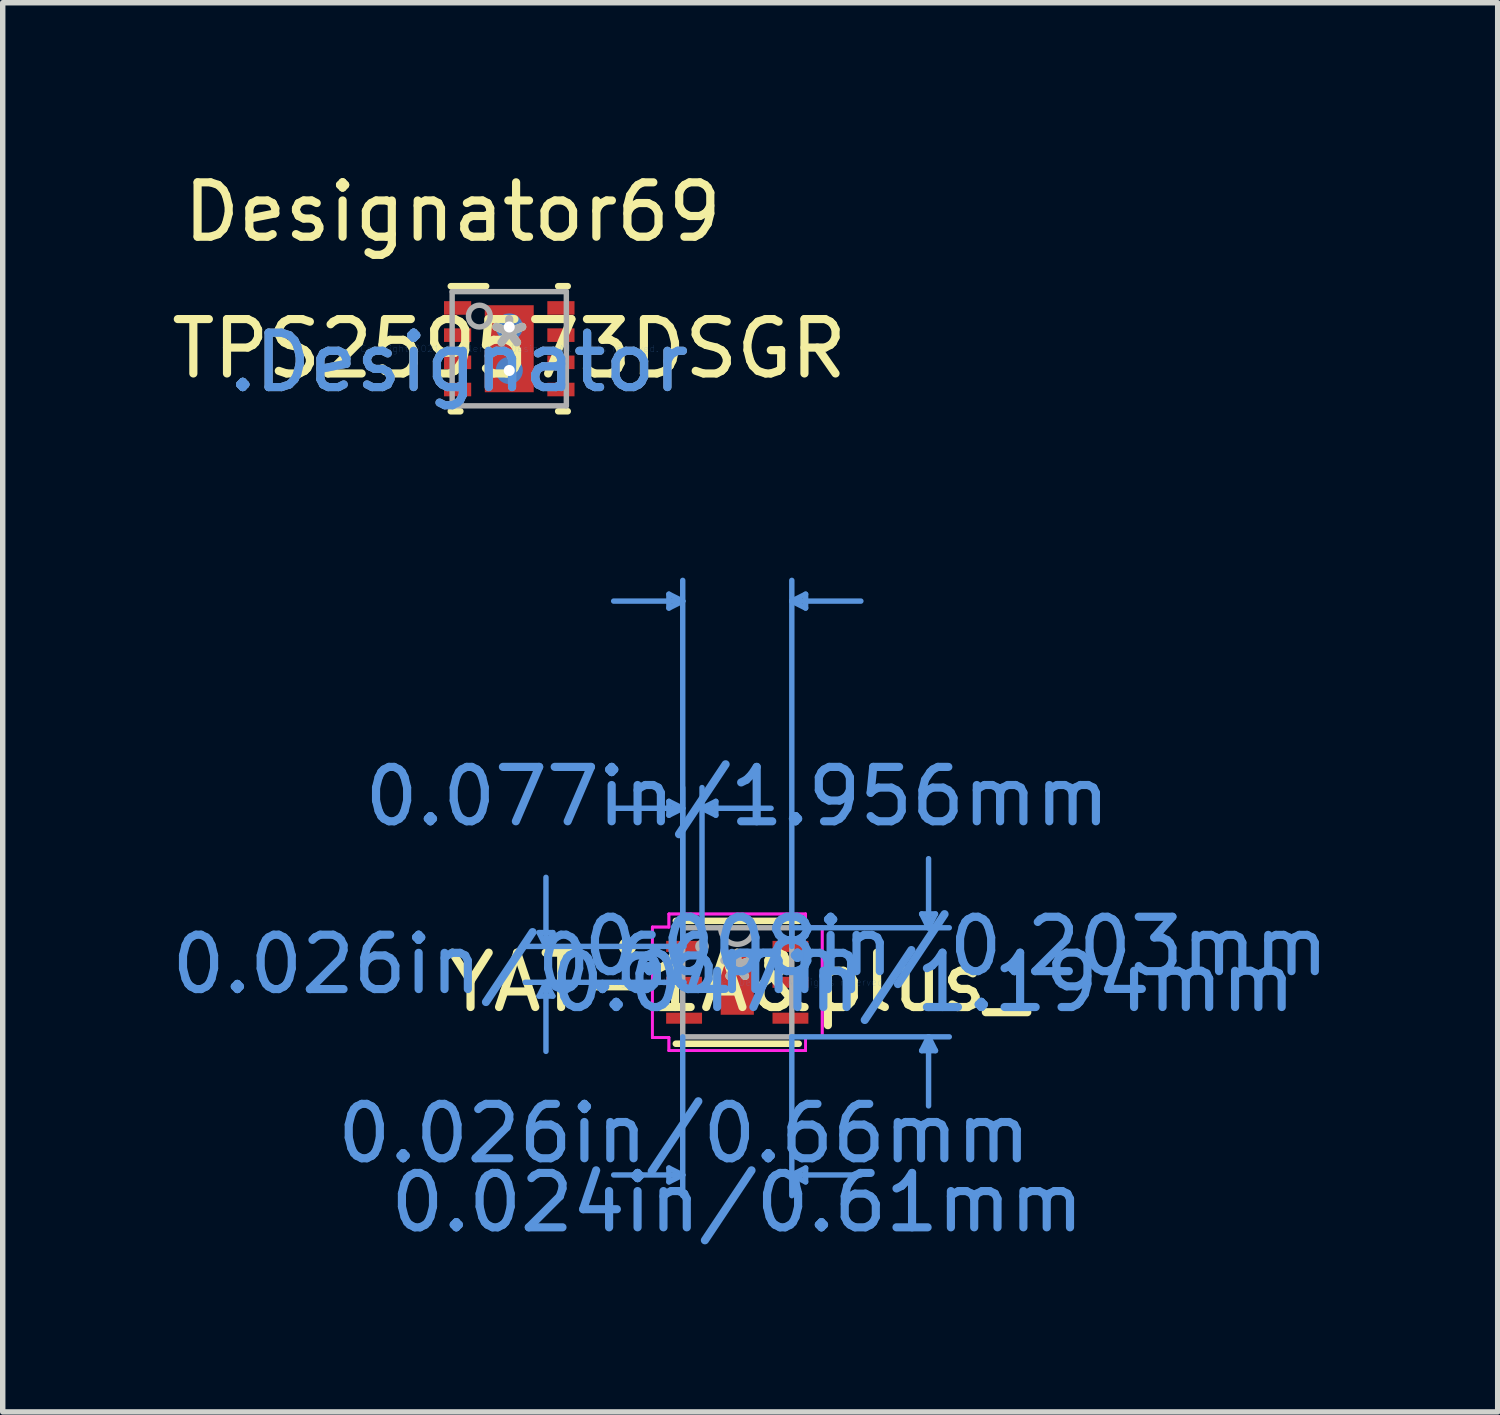
<source format=kicad_pcb>
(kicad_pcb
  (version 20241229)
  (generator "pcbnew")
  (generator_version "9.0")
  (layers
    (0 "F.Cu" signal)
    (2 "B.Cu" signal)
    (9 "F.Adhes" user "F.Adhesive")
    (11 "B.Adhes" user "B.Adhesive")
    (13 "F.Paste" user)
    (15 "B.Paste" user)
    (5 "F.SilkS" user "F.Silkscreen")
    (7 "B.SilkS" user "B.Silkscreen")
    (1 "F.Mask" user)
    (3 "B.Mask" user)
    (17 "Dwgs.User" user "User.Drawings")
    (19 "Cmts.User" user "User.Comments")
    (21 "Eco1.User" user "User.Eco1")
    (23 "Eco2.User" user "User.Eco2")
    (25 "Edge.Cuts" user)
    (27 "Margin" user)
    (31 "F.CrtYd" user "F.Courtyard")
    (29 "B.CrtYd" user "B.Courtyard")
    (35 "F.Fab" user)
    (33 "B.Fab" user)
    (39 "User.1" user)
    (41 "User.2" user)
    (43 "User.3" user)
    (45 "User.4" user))
  (footprint "TPS259573DSGR"
    (layer "F.Cu")
    (at 6.315 3.363)
    (property "Reference" "TPS259573DSGR" (at 0 0 0) (layer "F.SilkS") (effects (font (size 1 1) (thickness 0.15))))
    (attr through_hole)
    (fp_line (start -1.075 -1.15) (end -0.425 -1.15) (stroke (width 0.12) (type solid)) (layer "F.SilkS"))
    (fp_line (start -1.075 1.15) (end -0.9 1.15) (stroke (width 0.12) (type solid)) (layer "F.SilkS"))
    (fp_line (start 0.9 -1.15) (end 1.075 -1.15) (stroke (width 0.12) (type solid)) (layer "F.SilkS"))
    (fp_line (start 0.9 1.15) (end 1.075 1.15) (stroke (width 0.12) (type solid)) (layer "F.SilkS"))
    (fp_poly (pts (xy -0.427 0.733) (xy 0.427 0.733) (xy 0.427 -0.733) (xy -0.427 -0.733)) (stroke (width 0.1) (type solid)) (fill yes) (layer "F.Paste"))
    (fp_line (start -1.05 -1.05) (end 1.05 -1.05) (stroke (width 0.1) (type solid)) (layer "F.Fab"))
    (fp_line (start -1.05 1.05) (end -1.05 -1.05) (stroke (width 0.1) (type solid)) (layer "F.Fab"))
    (fp_line (start -1.05 1.05) (end 1.05 1.05) (stroke (width 0.1) (type solid)) (layer "F.Fab"))
    (fp_line (start 1.05 1.05) (end 1.05 -1.05) (stroke (width 0.1) (type solid)) (layer "F.Fab"))
    (fp_circle (center -0.55 -0.6) (end -0.35 -0.6) (stroke (width 0.1) (type solid)) (fill no) (layer "F.Fab"))
    (fp_text user "*" (at 0 0 0) (layer "F.SilkS") (effects (font (size 1 1) (thickness 0.15))))
    (fp_text user "Designator69" (at -1.041 -2.515 0) (layer "F.SilkS") (effects (font (size 1 1) (thickness 0.15))))
    (fp_text user ".Designator" (at -0.925 0.25 0) (layer "Cmts.User") (effects (font (size 1 1) (thickness 0.15))))
    (fp_text user "Copyright 2021 Accelerated Designs. All rights reserved." (at 0 0 0) (layer "Cmts.User") (effects (font (size 0.127 0.127) (thickness 0.002))))
    (fp_text user "*" (at 0 0 0) (layer "F.Fab") (effects (font (size 1 1) (thickness 0.15))))
    (fp_text user ".Designator" (at -0.925 0.25 0) (layer "F.Fab") (effects (font (size 1 1) (thickness 0.15))))
    (pad "1" smd rect (at -0.95 -0.75 90) (size 0.25 0.5) (layers "F.Cu" "F.Mask" "F.Paste"))
    (pad "2" smd rect (at -0.95 -0.25 90) (size 0.25 0.5) (layers "F.Cu" "F.Mask" "F.Paste"))
    (pad "3" smd rect (at -0.95 0.25 90) (size 0.25 0.5) (layers "F.Cu" "F.Mask" "F.Paste"))
    (pad "4" smd rect (at -0.95 0.75 90) (size 0.25 0.5) (layers "F.Cu" "F.Mask" "F.Paste"))
    (pad "5" smd rect (at 0.95 0.75 90) (size 0.25 0.5) (layers "F.Cu" "F.Mask" "F.Paste"))
    (pad "6" smd rect (at 0.95 0.25 90) (size 0.25 0.5) (layers "F.Cu" "F.Mask" "F.Paste"))
    (pad "7" smd rect (at 0.95 -0.25 90) (size 0.25 0.5) (layers "F.Cu" "F.Mask" "F.Paste"))
    (pad "8" smd rect (at 0.95 -0.75 90) (size 0.25 0.5) (layers "F.Cu" "F.Mask" "F.Paste"))
    (pad "9" smd rect (at 0 -0.000003) (size 0.9 1.6) (layers "F.Cu" "F.Mask" "F.Paste"))
    (pad "V" thru_hole circle (at 0 -0.4) (size 0.5 0.5) (drill 0.203) (layers "*.Cu" "*.Mask"))
    (pad "V" thru_hole circle (at 0 0.4) (size 0.5 0.5) (drill 0.203) (layers "*.Cu" "*.Mask")))
  (footprint "YAT-1A&plus_"
    (layer "F.Cu")
    (at 10.508 15.014)
    (property "Reference" "YAT-1A&plus_" (at 0 0 0) (layer "F.SilkS") (effects (font (size 1 1) (thickness 0.15))))
    (attr through_hole)
    (fp_line (start -1.13 1.13) (end 1.13 1.13) (stroke (width 0.12) (type solid)) (layer "F.SilkS"))
    (fp_line (start 1.13 -1.13) (end -1.13 -1.13) (stroke (width 0.12) (type solid)) (layer "F.SilkS"))
    (fp_circle (center -2.019 -0.66) (end -1.918 -0.66) (stroke (width 0.12) (type solid)) (fill no) (layer "F.SilkS"))
    (fp_line (start -3.645 -0.914) (end -3.391 -0.914) (stroke (width 0.1) (type solid)) (layer "Cmts.User"))
    (fp_line (start -3.645 0.254) (end -3.391 0.254) (stroke (width 0.1) (type solid)) (layer "Cmts.User"))
    (fp_line (start -3.518 -0.66) (end -3.645 -0.914) (stroke (width 0.1) (type solid)) (layer "Cmts.User"))
    (fp_line (start -3.518 -0.66) (end -3.518 -1.93) (stroke (width 0.1) (type solid)) (layer "Cmts.User"))
    (fp_line (start -3.518 -0.66) (end -3.391 -0.914) (stroke (width 0.1) (type solid)) (layer "Cmts.User"))
    (fp_line (start -3.518 0) (end -3.645 0.254) (stroke (width 0.1) (type solid)) (layer "Cmts.User"))
    (fp_line (start -3.518 0) (end -3.518 1.27) (stroke (width 0.1) (type solid)) (layer "Cmts.User"))
    (fp_line (start -3.518 0) (end -3.391 0.254) (stroke (width 0.1) (type solid)) (layer "Cmts.User"))
    (fp_line (start -1.257 -7.137) (end -1.257 -6.883) (stroke (width 0.1) (type solid)) (layer "Cmts.User"))
    (fp_line (start -1.257 -3.327) (end -1.257 -3.073) (stroke (width 0.1) (type solid)) (layer "Cmts.User"))
    (fp_line (start -1.257 3.416) (end -1.257 3.67) (stroke (width 0.1) (type solid)) (layer "Cmts.User"))
    (fp_line (start -1.003 -7.01) (end -2.273 -7.01) (stroke (width 0.1) (type solid)) (layer "Cmts.User"))
    (fp_line (start -1.003 -7.01) (end -1.257 -7.137) (stroke (width 0.1) (type solid)) (layer "Cmts.User"))
    (fp_line (start -1.003 -7.01) (end -1.257 -6.883) (stroke (width 0.1) (type solid)) (layer "Cmts.User"))
    (fp_line (start -1.003 -3.2) (end -2.273 -3.2) (stroke (width 0.1) (type solid)) (layer "Cmts.User"))
    (fp_line (start -1.003 -3.2) (end -1.257 -3.327) (stroke (width 0.1) (type solid)) (layer "Cmts.User"))
    (fp_line (start -1.003 -3.2) (end -1.257 -3.073) (stroke (width 0.1) (type solid)) (layer "Cmts.User"))
    (fp_line (start -1.003 -0.66) (end -1.003 -7.391) (stroke (width 0.1) (type solid)) (layer "Cmts.User"))
    (fp_line (start -1.003 -0.66) (end -1.003 -3.581) (stroke (width 0.1) (type solid)) (layer "Cmts.User"))
    (fp_line (start -1.003 1.003) (end -1.003 3.924) (stroke (width 0.1) (type solid)) (layer "Cmts.User"))
    (fp_line (start -1.003 3.543) (end -2.273 3.543) (stroke (width 0.1) (type solid)) (layer "Cmts.User"))
    (fp_line (start -1.003 3.543) (end -1.257 3.416) (stroke (width 0.1) (type solid)) (layer "Cmts.User"))
    (fp_line (start -1.003 3.543) (end -1.257 3.67) (stroke (width 0.1) (type solid)) (layer "Cmts.User"))
    (fp_line (start -0.978 -0.66) (end -3.899 -0.66) (stroke (width 0.1) (type solid)) (layer "Cmts.User"))
    (fp_line (start -0.978 0) (end -3.899 0) (stroke (width 0.1) (type solid)) (layer "Cmts.User"))
    (fp_line (start -0.648 -3.2) (end -0.394 -3.327) (stroke (width 0.1) (type solid)) (layer "Cmts.User"))
    (fp_line (start -0.648 -3.2) (end -0.394 -3.073) (stroke (width 0.1) (type solid)) (layer "Cmts.User"))
    (fp_line (start -0.648 -3.2) (end 0.622 -3.2) (stroke (width 0.1) (type solid)) (layer "Cmts.User"))
    (fp_line (start -0.648 -0.66) (end -0.648 -3.581) (stroke (width 0.1) (type solid)) (layer "Cmts.User"))
    (fp_line (start -0.394 -3.327) (end -0.394 -3.073) (stroke (width 0.1) (type solid)) (layer "Cmts.User"))
    (fp_line (start 1.003 -7.01) (end 1.257 -7.137) (stroke (width 0.1) (type solid)) (layer "Cmts.User"))
    (fp_line (start 1.003 -7.01) (end 1.257 -6.883) (stroke (width 0.1) (type solid)) (layer "Cmts.User"))
    (fp_line (start 1.003 -7.01) (end 2.273 -7.01) (stroke (width 0.1) (type solid)) (layer "Cmts.User"))
    (fp_line (start 1.003 -1.003) (end 3.899 -1.003) (stroke (width 0.1) (type solid)) (layer "Cmts.User"))
    (fp_line (start 1.003 -0.66) (end 1.003 -7.391) (stroke (width 0.1) (type solid)) (layer "Cmts.User"))
    (fp_line (start 1.003 1.003) (end 1.003 3.924) (stroke (width 0.1) (type solid)) (layer "Cmts.User"))
    (fp_line (start 1.003 1.003) (end 3.899 1.003) (stroke (width 0.1) (type solid)) (layer "Cmts.User"))
    (fp_line (start 1.003 3.543) (end 1.257 3.416) (stroke (width 0.1) (type solid)) (layer "Cmts.User"))
    (fp_line (start 1.003 3.543) (end 1.257 3.67) (stroke (width 0.1) (type solid)) (layer "Cmts.User"))
    (fp_line (start 1.003 3.543) (end 2.273 3.543) (stroke (width 0.1) (type solid)) (layer "Cmts.User"))
    (fp_line (start 1.257 -7.137) (end 1.257 -6.883) (stroke (width 0.1) (type solid)) (layer "Cmts.User"))
    (fp_line (start 1.257 3.416) (end 1.257 3.67) (stroke (width 0.1) (type solid)) (layer "Cmts.User"))
    (fp_line (start 3.391 -1.257) (end 3.645 -1.257) (stroke (width 0.1) (type solid)) (layer "Cmts.User"))
    (fp_line (start 3.391 1.257) (end 3.645 1.257) (stroke (width 0.1) (type solid)) (layer "Cmts.User"))
    (fp_line (start 3.518 -1.003) (end 3.391 -1.257) (stroke (width 0.1) (type solid)) (layer "Cmts.User"))
    (fp_line (start 3.518 -1.003) (end 3.518 -2.273) (stroke (width 0.1) (type solid)) (layer "Cmts.User"))
    (fp_line (start 3.518 -1.003) (end 3.645 -1.257) (stroke (width 0.1) (type solid)) (layer "Cmts.User"))
    (fp_line (start 3.518 1.003) (end 3.391 1.257) (stroke (width 0.1) (type solid)) (layer "Cmts.User"))
    (fp_line (start 3.518 1.003) (end 3.518 2.273) (stroke (width 0.1) (type solid)) (layer "Cmts.User"))
    (fp_line (start 3.518 1.003) (end 3.645 1.257) (stroke (width 0.1) (type solid)) (layer "Cmts.User"))
    (fp_line (start -1.562 -1.016) (end -1.257 -1.016) (stroke (width 0.05) (type solid)) (layer "F.CrtYd"))
    (fp_line (start -1.562 -1.016) (end -1.257 -1.016) (stroke (width 0.05) (type solid)) (layer "F.CrtYd"))
    (fp_line (start -1.562 1.016) (end -1.562 -1.016) (stroke (width 0.05) (type solid)) (layer "F.CrtYd"))
    (fp_line (start -1.562 1.016) (end -1.562 -1.016) (stroke (width 0.05) (type solid)) (layer "F.CrtYd"))
    (fp_line (start -1.562 1.016) (end -1.257 1.016) (stroke (width 0.05) (type solid)) (layer "F.CrtYd"))
    (fp_line (start -1.257 -1.257) (end 1.257 -1.257) (stroke (width 0.05) (type solid)) (layer "F.CrtYd"))
    (fp_line (start -1.257 -1.257) (end 1.257 -1.257) (stroke (width 0.05) (type solid)) (layer "F.CrtYd"))
    (fp_line (start -1.257 -1.016) (end -1.257 -1.257) (stroke (width 0.05) (type solid)) (layer "F.CrtYd"))
    (fp_line (start -1.257 -1.016) (end -1.257 -1.257) (stroke (width 0.05) (type solid)) (layer "F.CrtYd"))
    (fp_line (start -1.257 1.016) (end -1.562 1.016) (stroke (width 0.05) (type solid)) (layer "F.CrtYd"))
    (fp_line (start -1.257 1.257) (end -1.257 1.016) (stroke (width 0.05) (type solid)) (layer "F.CrtYd"))
    (fp_line (start -1.257 1.257) (end -1.257 1.016) (stroke (width 0.05) (type solid)) (layer "F.CrtYd"))
    (fp_line (start 1.257 -1.257) (end 1.257 -1.016) (stroke (width 0.05) (type solid)) (layer "F.CrtYd"))
    (fp_line (start 1.257 -1.257) (end 1.257 -1.016) (stroke (width 0.05) (type solid)) (layer "F.CrtYd"))
    (fp_line (start 1.257 -1.016) (end 1.562 -1.016) (stroke (width 0.05) (type solid)) (layer "F.CrtYd"))
    (fp_line (start 1.257 1.016) (end 1.257 1.257) (stroke (width 0.05) (type solid)) (layer "F.CrtYd"))
    (fp_line (start 1.257 1.016) (end 1.257 1.257) (stroke (width 0.05) (type solid)) (layer "F.CrtYd"))
    (fp_line (start 1.257 1.257) (end -1.257 1.257) (stroke (width 0.05) (type solid)) (layer "F.CrtYd"))
    (fp_line (start 1.257 1.257) (end -1.257 1.257) (stroke (width 0.05) (type solid)) (layer "F.CrtYd"))
    (fp_line (start 1.562 -1.016) (end 1.257 -1.016) (stroke (width 0.05) (type solid)) (layer "F.CrtYd"))
    (fp_line (start 1.562 -1.016) (end 1.562 1.016) (stroke (width 0.05) (type solid)) (layer "F.CrtYd"))
    (fp_line (start 1.562 -1.016) (end 1.562 1.016) (stroke (width 0.05) (type solid)) (layer "F.CrtYd"))
    (fp_line (start 1.562 1.016) (end 1.257 1.016) (stroke (width 0.05) (type solid)) (layer "F.CrtYd"))
    (fp_line (start 1.562 1.016) (end 1.257 1.016) (stroke (width 0.05) (type solid)) (layer "F.CrtYd"))
    (fp_line (start -1.003 -1.003) (end -1.003 1.003) (stroke (width 0.1) (type solid)) (layer "F.Fab"))
    (fp_line (start -1.003 1.003) (end 1.003 1.003) (stroke (width 0.1) (type solid)) (layer "F.Fab"))
    (fp_line (start 1.003 -1.003) (end -1.003 -1.003) (stroke (width 0.1) (type solid)) (layer "F.Fab"))
    (fp_line (start 1.003 1.003) (end 1.003 -1.003) (stroke (width 0.1) (type solid)) (layer "F.Fab"))
    (fp_arc (start 0.3048 -1.0033) (mid 0 -0.6985) (end -0.3048 -1.0033) (stroke (width 0.1) (type solid)) (layer "F.Fab"))
    (fp_circle (center -0.648 -0.66) (end -0.572 -0.66) (stroke (width 0.1) (type solid)) (fill no) (layer "F.Fab"))
    (fp_text user "*" (at 0 0 0) (layer "F.SilkS") (effects (font (size 1 1) (thickness 0.15))))
    (fp_text user "0.026in/0.66mm" (at -4.026 -0.33 0) (layer "Cmts.User") (effects (font (size 1 1) (thickness 0.15))))
    (fp_text user "0.026in/0.66mm" (at -0.978 2.781 0) (layer "Cmts.User") (effects (font (size 1 1) (thickness 0.15))))
    (fp_text user "0.024in/0.61mm" (at 0 4.051 0) (layer "Cmts.User") (effects (font (size 1 1) (thickness 0.15))))
    (fp_text user "0.077in/1.956mm" (at 0 -3.416 0) (layer "Cmts.User") (effects (font (size 1 1) (thickness 0.15))))
    (fp_text user "0.047in/1.194mm" (at 3.416 0 0) (layer "Cmts.User") (effects (font (size 1 1) (thickness 0.15))))
    (fp_text user "0.008in/0.203mm" (at 4.026 -0.66 0) (layer "Cmts.User") (effects (font (size 1 1) (thickness 0.15))))
    (fp_text user "Copyright 2021 Accelerated Designs. All rights reserved." (at 0 0 0) (layer "Cmts.User") (effects (font (size 0.127 0.127) (thickness 0.002))))
    (fp_text user "*" (at 0 0 0) (layer "F.Fab") (effects (font (size 1 1) (thickness 0.15))))
    (pad "1" smd rect (at -0.978 -0.66) (size 0.66 0.203) (layers "F.Cu" "F.Mask" "F.Paste"))
    (pad "2" smd rect (at -0.978 0) (size 0.66 0.203) (layers "F.Cu" "F.Mask" "F.Paste"))
    (pad "3" smd rect (at -0.978 0.66) (size 0.66 0.203) (layers "F.Cu" "F.Mask" "F.Paste"))
    (pad "4" smd rect (at 0.978 0.66) (size 0.66 0.203) (layers "F.Cu" "F.Mask" "F.Paste"))
    (pad "5" smd rect (at 0.978 0) (size 0.66 0.203) (layers "F.Cu" "F.Mask" "F.Paste"))
    (pad "6" smd rect (at 0.978 -0.66) (size 0.66 0.203) (layers "F.Cu" "F.Mask" "F.Paste"))
    (pad "7" smd rect (at 0 0) (size 0.61 1.194) (layers "F.Cu" "F.Mask" "F.Paste")))
  (gr_rect
    (start -3 -3)
    (end 24.492 22.914)
    (stroke (width 0.1) (type default))
    (fill no)
    (layer "Edge.Cuts")))
</source>
